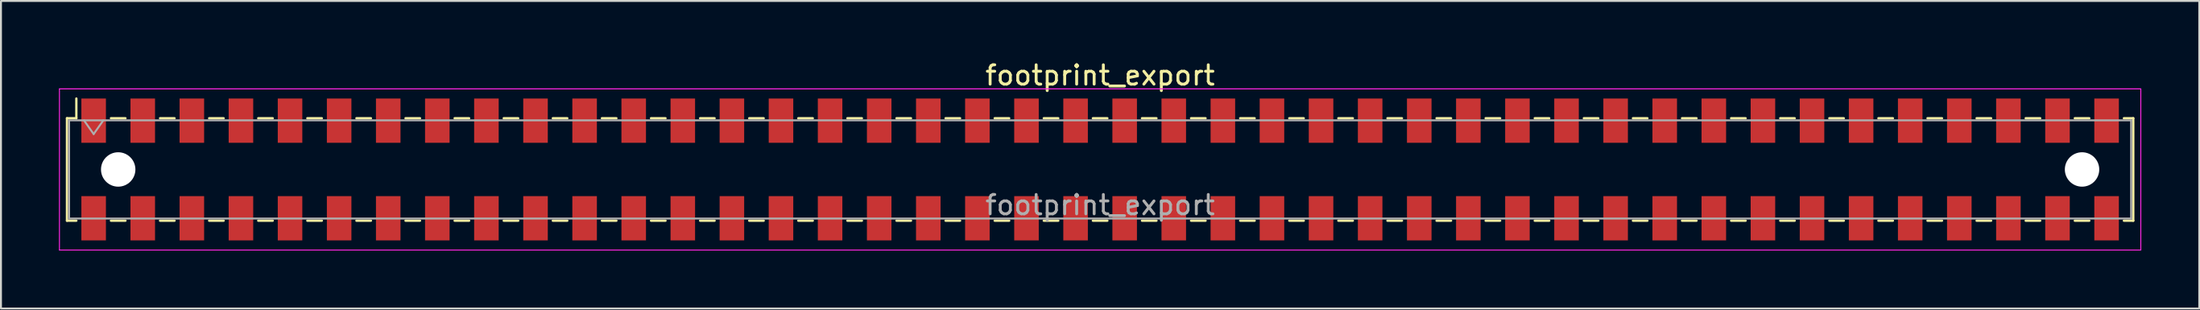
<source format=kicad_pcb>
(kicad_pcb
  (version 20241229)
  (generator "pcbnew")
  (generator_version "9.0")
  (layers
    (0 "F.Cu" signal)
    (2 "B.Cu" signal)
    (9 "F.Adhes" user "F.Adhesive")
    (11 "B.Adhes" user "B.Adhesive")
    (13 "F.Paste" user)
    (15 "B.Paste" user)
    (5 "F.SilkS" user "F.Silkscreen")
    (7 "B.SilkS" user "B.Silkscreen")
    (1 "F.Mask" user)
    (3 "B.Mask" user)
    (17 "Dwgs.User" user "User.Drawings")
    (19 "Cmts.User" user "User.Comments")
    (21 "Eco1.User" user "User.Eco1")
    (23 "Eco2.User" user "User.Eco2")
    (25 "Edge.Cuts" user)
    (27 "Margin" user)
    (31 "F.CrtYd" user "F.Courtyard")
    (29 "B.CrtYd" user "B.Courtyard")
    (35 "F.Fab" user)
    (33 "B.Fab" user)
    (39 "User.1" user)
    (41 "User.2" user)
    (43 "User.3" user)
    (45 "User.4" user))
  (footprint "footprint_export"
    (layer "F.Cu")
    (at 53.865 5.718)
    (property "Reference" "footprint_export" (at 0 -4.87 0) (layer "F.SilkS") (effects (font (size 1 1) (thickness 0.15))))
    (attr smd)
    (fp_line (start -53.45 -2.65) (end -53.45 2.65) (stroke (width 0.12) (type solid)) (layer "F.SilkS"))
    (fp_line (start -53.45 2.65) (end -52.965 2.65) (stroke (width 0.12) (type solid)) (layer "F.SilkS"))
    (fp_line (start -52.965 -3.67) (end -52.965 -2.65) (stroke (width 0.12) (type solid)) (layer "F.SilkS"))
    (fp_line (start -52.965 -2.65) (end -53.45 -2.65) (stroke (width 0.12) (type solid)) (layer "F.SilkS"))
    (fp_line (start -51.175 -2.65) (end -50.425 -2.65) (stroke (width 0.12) (type solid)) (layer "F.SilkS"))
    (fp_line (start -51.175 2.65) (end -50.425 2.65) (stroke (width 0.12) (type solid)) (layer "F.SilkS"))
    (fp_line (start -48.635 -2.65) (end -47.885 -2.65) (stroke (width 0.12) (type solid)) (layer "F.SilkS"))
    (fp_line (start -48.635 2.65) (end -47.885 2.65) (stroke (width 0.12) (type solid)) (layer "F.SilkS"))
    (fp_line (start -46.095 -2.65) (end -45.345 -2.65) (stroke (width 0.12) (type solid)) (layer "F.SilkS"))
    (fp_line (start -46.095 2.65) (end -45.345 2.65) (stroke (width 0.12) (type solid)) (layer "F.SilkS"))
    (fp_line (start -43.555 -2.65) (end -42.805 -2.65) (stroke (width 0.12) (type solid)) (layer "F.SilkS"))
    (fp_line (start -43.555 2.65) (end -42.805 2.65) (stroke (width 0.12) (type solid)) (layer "F.SilkS"))
    (fp_line (start -41.015 -2.65) (end -40.265 -2.65) (stroke (width 0.12) (type solid)) (layer "F.SilkS"))
    (fp_line (start -41.015 2.65) (end -40.265 2.65) (stroke (width 0.12) (type solid)) (layer "F.SilkS"))
    (fp_line (start -38.475 -2.65) (end -37.725 -2.65) (stroke (width 0.12) (type solid)) (layer "F.SilkS"))
    (fp_line (start -38.475 2.65) (end -37.725 2.65) (stroke (width 0.12) (type solid)) (layer "F.SilkS"))
    (fp_line (start -35.935 -2.65) (end -35.185 -2.65) (stroke (width 0.12) (type solid)) (layer "F.SilkS"))
    (fp_line (start -35.935 2.65) (end -35.185 2.65) (stroke (width 0.12) (type solid)) (layer "F.SilkS"))
    (fp_line (start -33.395 -2.65) (end -32.645 -2.65) (stroke (width 0.12) (type solid)) (layer "F.SilkS"))
    (fp_line (start -33.395 2.65) (end -32.645 2.65) (stroke (width 0.12) (type solid)) (layer "F.SilkS"))
    (fp_line (start -30.855 -2.65) (end -30.105 -2.65) (stroke (width 0.12) (type solid)) (layer "F.SilkS"))
    (fp_line (start -30.855 2.65) (end -30.105 2.65) (stroke (width 0.12) (type solid)) (layer "F.SilkS"))
    (fp_line (start -28.315 -2.65) (end -27.565 -2.65) (stroke (width 0.12) (type solid)) (layer "F.SilkS"))
    (fp_line (start -28.315 2.65) (end -27.565 2.65) (stroke (width 0.12) (type solid)) (layer "F.SilkS"))
    (fp_line (start -25.775 -2.65) (end -25.025 -2.65) (stroke (width 0.12) (type solid)) (layer "F.SilkS"))
    (fp_line (start -25.775 2.65) (end -25.025 2.65) (stroke (width 0.12) (type solid)) (layer "F.SilkS"))
    (fp_line (start -23.235 -2.65) (end -22.485 -2.65) (stroke (width 0.12) (type solid)) (layer "F.SilkS"))
    (fp_line (start -23.235 2.65) (end -22.485 2.65) (stroke (width 0.12) (type solid)) (layer "F.SilkS"))
    (fp_line (start -20.695 -2.65) (end -19.945 -2.65) (stroke (width 0.12) (type solid)) (layer "F.SilkS"))
    (fp_line (start -20.695 2.65) (end -19.945 2.65) (stroke (width 0.12) (type solid)) (layer "F.SilkS"))
    (fp_line (start -18.155 -2.65) (end -17.405 -2.65) (stroke (width 0.12) (type solid)) (layer "F.SilkS"))
    (fp_line (start -18.155 2.65) (end -17.405 2.65) (stroke (width 0.12) (type solid)) (layer "F.SilkS"))
    (fp_line (start -15.615 -2.65) (end -14.865 -2.65) (stroke (width 0.12) (type solid)) (layer "F.SilkS"))
    (fp_line (start -15.615 2.65) (end -14.865 2.65) (stroke (width 0.12) (type solid)) (layer "F.SilkS"))
    (fp_line (start -13.075 -2.65) (end -12.325 -2.65) (stroke (width 0.12) (type solid)) (layer "F.SilkS"))
    (fp_line (start -13.075 2.65) (end -12.325 2.65) (stroke (width 0.12) (type solid)) (layer "F.SilkS"))
    (fp_line (start -10.535 -2.65) (end -9.785 -2.65) (stroke (width 0.12) (type solid)) (layer "F.SilkS"))
    (fp_line (start -10.535 2.65) (end -9.785 2.65) (stroke (width 0.12) (type solid)) (layer "F.SilkS"))
    (fp_line (start -7.995 -2.65) (end -7.245 -2.65) (stroke (width 0.12) (type solid)) (layer "F.SilkS"))
    (fp_line (start -7.995 2.65) (end -7.245 2.65) (stroke (width 0.12) (type solid)) (layer "F.SilkS"))
    (fp_line (start -5.455 -2.65) (end -4.705 -2.65) (stroke (width 0.12) (type solid)) (layer "F.SilkS"))
    (fp_line (start -5.455 2.65) (end -4.705 2.65) (stroke (width 0.12) (type solid)) (layer "F.SilkS"))
    (fp_line (start -2.915 -2.65) (end -2.165 -2.65) (stroke (width 0.12) (type solid)) (layer "F.SilkS"))
    (fp_line (start -2.915 2.65) (end -2.165 2.65) (stroke (width 0.12) (type solid)) (layer "F.SilkS"))
    (fp_line (start -0.375 -2.65) (end 0.375 -2.65) (stroke (width 0.12) (type solid)) (layer "F.SilkS"))
    (fp_line (start -0.375 2.65) (end 0.375 2.65) (stroke (width 0.12) (type solid)) (layer "F.SilkS"))
    (fp_line (start 2.165 -2.65) (end 2.915 -2.65) (stroke (width 0.12) (type solid)) (layer "F.SilkS"))
    (fp_line (start 2.165 2.65) (end 2.915 2.65) (stroke (width 0.12) (type solid)) (layer "F.SilkS"))
    (fp_line (start 4.705 -2.65) (end 5.455 -2.65) (stroke (width 0.12) (type solid)) (layer "F.SilkS"))
    (fp_line (start 4.705 2.65) (end 5.455 2.65) (stroke (width 0.12) (type solid)) (layer "F.SilkS"))
    (fp_line (start 7.245 -2.65) (end 7.995 -2.65) (stroke (width 0.12) (type solid)) (layer "F.SilkS"))
    (fp_line (start 7.245 2.65) (end 7.995 2.65) (stroke (width 0.12) (type solid)) (layer "F.SilkS"))
    (fp_line (start 9.785 -2.65) (end 10.535 -2.65) (stroke (width 0.12) (type solid)) (layer "F.SilkS"))
    (fp_line (start 9.785 2.65) (end 10.535 2.65) (stroke (width 0.12) (type solid)) (layer "F.SilkS"))
    (fp_line (start 12.325 -2.65) (end 13.075 -2.65) (stroke (width 0.12) (type solid)) (layer "F.SilkS"))
    (fp_line (start 12.325 2.65) (end 13.075 2.65) (stroke (width 0.12) (type solid)) (layer "F.SilkS"))
    (fp_line (start 14.865 -2.65) (end 15.615 -2.65) (stroke (width 0.12) (type solid)) (layer "F.SilkS"))
    (fp_line (start 14.865 2.65) (end 15.615 2.65) (stroke (width 0.12) (type solid)) (layer "F.SilkS"))
    (fp_line (start 17.405 -2.65) (end 18.155 -2.65) (stroke (width 0.12) (type solid)) (layer "F.SilkS"))
    (fp_line (start 17.405 2.65) (end 18.155 2.65) (stroke (width 0.12) (type solid)) (layer "F.SilkS"))
    (fp_line (start 19.945 -2.65) (end 20.695 -2.65) (stroke (width 0.12) (type solid)) (layer "F.SilkS"))
    (fp_line (start 19.945 2.65) (end 20.695 2.65) (stroke (width 0.12) (type solid)) (layer "F.SilkS"))
    (fp_line (start 22.485 -2.65) (end 23.235 -2.65) (stroke (width 0.12) (type solid)) (layer "F.SilkS"))
    (fp_line (start 22.485 2.65) (end 23.235 2.65) (stroke (width 0.12) (type solid)) (layer "F.SilkS"))
    (fp_line (start 25.025 -2.65) (end 25.775 -2.65) (stroke (width 0.12) (type solid)) (layer "F.SilkS"))
    (fp_line (start 25.025 2.65) (end 25.775 2.65) (stroke (width 0.12) (type solid)) (layer "F.SilkS"))
    (fp_line (start 27.565 -2.65) (end 28.315 -2.65) (stroke (width 0.12) (type solid)) (layer "F.SilkS"))
    (fp_line (start 27.565 2.65) (end 28.315 2.65) (stroke (width 0.12) (type solid)) (layer "F.SilkS"))
    (fp_line (start 30.105 -2.65) (end 30.855 -2.65) (stroke (width 0.12) (type solid)) (layer "F.SilkS"))
    (fp_line (start 30.105 2.65) (end 30.855 2.65) (stroke (width 0.12) (type solid)) (layer "F.SilkS"))
    (fp_line (start 32.645 -2.65) (end 33.395 -2.65) (stroke (width 0.12) (type solid)) (layer "F.SilkS"))
    (fp_line (start 32.645 2.65) (end 33.395 2.65) (stroke (width 0.12) (type solid)) (layer "F.SilkS"))
    (fp_line (start 35.185 -2.65) (end 35.935 -2.65) (stroke (width 0.12) (type solid)) (layer "F.SilkS"))
    (fp_line (start 35.185 2.65) (end 35.935 2.65) (stroke (width 0.12) (type solid)) (layer "F.SilkS"))
    (fp_line (start 37.725 -2.65) (end 38.475 -2.65) (stroke (width 0.12) (type solid)) (layer "F.SilkS"))
    (fp_line (start 37.725 2.65) (end 38.475 2.65) (stroke (width 0.12) (type solid)) (layer "F.SilkS"))
    (fp_line (start 40.265 -2.65) (end 41.015 -2.65) (stroke (width 0.12) (type solid)) (layer "F.SilkS"))
    (fp_line (start 40.265 2.65) (end 41.015 2.65) (stroke (width 0.12) (type solid)) (layer "F.SilkS"))
    (fp_line (start 42.805 -2.65) (end 43.555 -2.65) (stroke (width 0.12) (type solid)) (layer "F.SilkS"))
    (fp_line (start 42.805 2.65) (end 43.555 2.65) (stroke (width 0.12) (type solid)) (layer "F.SilkS"))
    (fp_line (start 45.345 -2.65) (end 46.095 -2.65) (stroke (width 0.12) (type solid)) (layer "F.SilkS"))
    (fp_line (start 45.345 2.65) (end 46.095 2.65) (stroke (width 0.12) (type solid)) (layer "F.SilkS"))
    (fp_line (start 47.885 -2.65) (end 48.635 -2.65) (stroke (width 0.12) (type solid)) (layer "F.SilkS"))
    (fp_line (start 47.885 2.65) (end 48.635 2.65) (stroke (width 0.12) (type solid)) (layer "F.SilkS"))
    (fp_line (start 50.425 -2.65) (end 51.175 -2.65) (stroke (width 0.12) (type solid)) (layer "F.SilkS"))
    (fp_line (start 50.425 2.65) (end 51.175 2.65) (stroke (width 0.12) (type solid)) (layer "F.SilkS"))
    (fp_line (start 52.965 -2.65) (end 53.45 -2.65) (stroke (width 0.12) (type solid)) (layer "F.SilkS"))
    (fp_line (start 53.45 -2.65) (end 53.45 2.65) (stroke (width 0.12) (type solid)) (layer "F.SilkS"))
    (fp_line (start 53.45 2.65) (end 52.965 2.65) (stroke (width 0.12) (type solid)) (layer "F.SilkS"))
    (fp_line (start -53.84 -4.17) (end 53.84 -4.17) (stroke (width 0.05) (type solid)) (layer "F.CrtYd"))
    (fp_line (start -53.84 4.17) (end -53.84 -4.17) (stroke (width 0.05) (type solid)) (layer "F.CrtYd"))
    (fp_line (start 53.84 -4.17) (end 53.84 4.17) (stroke (width 0.05) (type solid)) (layer "F.CrtYd"))
    (fp_line (start 53.84 4.17) (end -53.84 4.17) (stroke (width 0.05) (type solid)) (layer "F.CrtYd"))
    (fp_line (start -53.34 -2.54) (end 53.34 -2.54) (stroke (width 0.1) (type solid)) (layer "F.Fab"))
    (fp_line (start -53.34 2.54) (end -53.34 -2.54) (stroke (width 0.1) (type solid)) (layer "F.Fab"))
    (fp_line (start -52.57 -2.54) (end -52.07 -1.833) (stroke (width 0.1) (type solid)) (layer "F.Fab"))
    (fp_line (start -52.07 -1.833) (end -51.57 -2.54) (stroke (width 0.1) (type solid)) (layer "F.Fab"))
    (fp_line (start 53.34 -2.54) (end 53.34 2.54) (stroke (width 0.1) (type solid)) (layer "F.Fab"))
    (fp_line (start 53.34 2.54) (end -53.34 2.54) (stroke (width 0.1) (type solid)) (layer "F.Fab"))
    (fp_text user "${REFERENCE}" (at 0 1.84 0) (layer "F.Fab") (effects (font (size 1 1) (thickness 0.15))))
    (pad "" np_thru_hole circle (at -50.8 0) (size 1.78 1.78) (drill 1.78) (layers "*.Cu" "*.Mask"))
    (pad "" np_thru_hole circle (at 50.8 0) (size 1.78 1.78) (drill 1.78) (layers "*.Cu" "*.Mask"))
    (pad "1" smd rect (at -52.07 -2.525) (size 1.27 2.29) (layers "F.Cu" "F.Mask" "F.Paste"))
    (pad "2" smd rect (at -52.07 2.525) (size 1.27 2.29) (layers "F.Cu" "F.Mask" "F.Paste"))
    (pad "3" smd rect (at -49.53 -2.525) (size 1.27 2.29) (layers "F.Cu" "F.Mask" "F.Paste"))
    (pad "4" smd rect (at -49.53 2.525) (size 1.27 2.29) (layers "F.Cu" "F.Mask" "F.Paste"))
    (pad "5" smd rect (at -46.99 -2.525) (size 1.27 2.29) (layers "F.Cu" "F.Mask" "F.Paste"))
    (pad "6" smd rect (at -46.99 2.525) (size 1.27 2.29) (layers "F.Cu" "F.Mask" "F.Paste"))
    (pad "7" smd rect (at -44.45 -2.525) (size 1.27 2.29) (layers "F.Cu" "F.Mask" "F.Paste"))
    (pad "8" smd rect (at -44.45 2.525) (size 1.27 2.29) (layers "F.Cu" "F.Mask" "F.Paste"))
    (pad "9" smd rect (at -41.91 -2.525) (size 1.27 2.29) (layers "F.Cu" "F.Mask" "F.Paste"))
    (pad "10" smd rect (at -41.91 2.525) (size 1.27 2.29) (layers "F.Cu" "F.Mask" "F.Paste"))
    (pad "11" smd rect (at -39.37 -2.525) (size 1.27 2.29) (layers "F.Cu" "F.Mask" "F.Paste"))
    (pad "12" smd rect (at -39.37 2.525) (size 1.27 2.29) (layers "F.Cu" "F.Mask" "F.Paste"))
    (pad "13" smd rect (at -36.83 -2.525) (size 1.27 2.29) (layers "F.Cu" "F.Mask" "F.Paste"))
    (pad "14" smd rect (at -36.83 2.525) (size 1.27 2.29) (layers "F.Cu" "F.Mask" "F.Paste"))
    (pad "15" smd rect (at -34.29 -2.525) (size 1.27 2.29) (layers "F.Cu" "F.Mask" "F.Paste"))
    (pad "16" smd rect (at -34.29 2.525) (size 1.27 2.29) (layers "F.Cu" "F.Mask" "F.Paste"))
    (pad "17" smd rect (at -31.75 -2.525) (size 1.27 2.29) (layers "F.Cu" "F.Mask" "F.Paste"))
    (pad "18" smd rect (at -31.75 2.525) (size 1.27 2.29) (layers "F.Cu" "F.Mask" "F.Paste"))
    (pad "19" smd rect (at -29.21 -2.525) (size 1.27 2.29) (layers "F.Cu" "F.Mask" "F.Paste"))
    (pad "20" smd rect (at -29.21 2.525) (size 1.27 2.29) (layers "F.Cu" "F.Mask" "F.Paste"))
    (pad "21" smd rect (at -26.67 -2.525) (size 1.27 2.29) (layers "F.Cu" "F.Mask" "F.Paste"))
    (pad "22" smd rect (at -26.67 2.525) (size 1.27 2.29) (layers "F.Cu" "F.Mask" "F.Paste"))
    (pad "23" smd rect (at -24.13 -2.525) (size 1.27 2.29) (layers "F.Cu" "F.Mask" "F.Paste"))
    (pad "24" smd rect (at -24.13 2.525) (size 1.27 2.29) (layers "F.Cu" "F.Mask" "F.Paste"))
    (pad "25" smd rect (at -21.59 -2.525) (size 1.27 2.29) (layers "F.Cu" "F.Mask" "F.Paste"))
    (pad "26" smd rect (at -21.59 2.525) (size 1.27 2.29) (layers "F.Cu" "F.Mask" "F.Paste"))
    (pad "27" smd rect (at -19.05 -2.525) (size 1.27 2.29) (layers "F.Cu" "F.Mask" "F.Paste"))
    (pad "28" smd rect (at -19.05 2.525) (size 1.27 2.29) (layers "F.Cu" "F.Mask" "F.Paste"))
    (pad "29" smd rect (at -16.51 -2.525) (size 1.27 2.29) (layers "F.Cu" "F.Mask" "F.Paste"))
    (pad "30" smd rect (at -16.51 2.525) (size 1.27 2.29) (layers "F.Cu" "F.Mask" "F.Paste"))
    (pad "31" smd rect (at -13.97 -2.525) (size 1.27 2.29) (layers "F.Cu" "F.Mask" "F.Paste"))
    (pad "32" smd rect (at -13.97 2.525) (size 1.27 2.29) (layers "F.Cu" "F.Mask" "F.Paste"))
    (pad "33" smd rect (at -11.43 -2.525) (size 1.27 2.29) (layers "F.Cu" "F.Mask" "F.Paste"))
    (pad "34" smd rect (at -11.43 2.525) (size 1.27 2.29) (layers "F.Cu" "F.Mask" "F.Paste"))
    (pad "35" smd rect (at -8.89 -2.525) (size 1.27 2.29) (layers "F.Cu" "F.Mask" "F.Paste"))
    (pad "36" smd rect (at -8.89 2.525) (size 1.27 2.29) (layers "F.Cu" "F.Mask" "F.Paste"))
    (pad "37" smd rect (at -6.35 -2.525) (size 1.27 2.29) (layers "F.Cu" "F.Mask" "F.Paste"))
    (pad "38" smd rect (at -6.35 2.525) (size 1.27 2.29) (layers "F.Cu" "F.Mask" "F.Paste"))
    (pad "39" smd rect (at -3.81 -2.525) (size 1.27 2.29) (layers "F.Cu" "F.Mask" "F.Paste"))
    (pad "40" smd rect (at -3.81 2.525) (size 1.27 2.29) (layers "F.Cu" "F.Mask" "F.Paste"))
    (pad "41" smd rect (at -1.27 -2.525) (size 1.27 2.29) (layers "F.Cu" "F.Mask" "F.Paste"))
    (pad "42" smd rect (at -1.27 2.525) (size 1.27 2.29) (layers "F.Cu" "F.Mask" "F.Paste"))
    (pad "43" smd rect (at 1.27 -2.525) (size 1.27 2.29) (layers "F.Cu" "F.Mask" "F.Paste"))
    (pad "44" smd rect (at 1.27 2.525) (size 1.27 2.29) (layers "F.Cu" "F.Mask" "F.Paste"))
    (pad "45" smd rect (at 3.81 -2.525) (size 1.27 2.29) (layers "F.Cu" "F.Mask" "F.Paste"))
    (pad "46" smd rect (at 3.81 2.525) (size 1.27 2.29) (layers "F.Cu" "F.Mask" "F.Paste"))
    (pad "47" smd rect (at 6.35 -2.525) (size 1.27 2.29) (layers "F.Cu" "F.Mask" "F.Paste"))
    (pad "48" smd rect (at 6.35 2.525) (size 1.27 2.29) (layers "F.Cu" "F.Mask" "F.Paste"))
    (pad "49" smd rect (at 8.89 -2.525) (size 1.27 2.29) (layers "F.Cu" "F.Mask" "F.Paste"))
    (pad "50" smd rect (at 8.89 2.525) (size 1.27 2.29) (layers "F.Cu" "F.Mask" "F.Paste"))
    (pad "51" smd rect (at 11.43 -2.525) (size 1.27 2.29) (layers "F.Cu" "F.Mask" "F.Paste"))
    (pad "52" smd rect (at 11.43 2.525) (size 1.27 2.29) (layers "F.Cu" "F.Mask" "F.Paste"))
    (pad "53" smd rect (at 13.97 -2.525) (size 1.27 2.29) (layers "F.Cu" "F.Mask" "F.Paste"))
    (pad "54" smd rect (at 13.97 2.525) (size 1.27 2.29) (layers "F.Cu" "F.Mask" "F.Paste"))
    (pad "55" smd rect (at 16.51 -2.525) (size 1.27 2.29) (layers "F.Cu" "F.Mask" "F.Paste"))
    (pad "56" smd rect (at 16.51 2.525) (size 1.27 2.29) (layers "F.Cu" "F.Mask" "F.Paste"))
    (pad "57" smd rect (at 19.05 -2.525) (size 1.27 2.29) (layers "F.Cu" "F.Mask" "F.Paste"))
    (pad "58" smd rect (at 19.05 2.525) (size 1.27 2.29) (layers "F.Cu" "F.Mask" "F.Paste"))
    (pad "59" smd rect (at 21.59 -2.525) (size 1.27 2.29) (layers "F.Cu" "F.Mask" "F.Paste"))
    (pad "60" smd rect (at 21.59 2.525) (size 1.27 2.29) (layers "F.Cu" "F.Mask" "F.Paste"))
    (pad "61" smd rect (at 24.13 -2.525) (size 1.27 2.29) (layers "F.Cu" "F.Mask" "F.Paste"))
    (pad "62" smd rect (at 24.13 2.525) (size 1.27 2.29) (layers "F.Cu" "F.Mask" "F.Paste"))
    (pad "63" smd rect (at 26.67 -2.525) (size 1.27 2.29) (layers "F.Cu" "F.Mask" "F.Paste"))
    (pad "64" smd rect (at 26.67 2.525) (size 1.27 2.29) (layers "F.Cu" "F.Mask" "F.Paste"))
    (pad "65" smd rect (at 29.21 -2.525) (size 1.27 2.29) (layers "F.Cu" "F.Mask" "F.Paste"))
    (pad "66" smd rect (at 29.21 2.525) (size 1.27 2.29) (layers "F.Cu" "F.Mask" "F.Paste"))
    (pad "67" smd rect (at 31.75 -2.525) (size 1.27 2.29) (layers "F.Cu" "F.Mask" "F.Paste"))
    (pad "68" smd rect (at 31.75 2.525) (size 1.27 2.29) (layers "F.Cu" "F.Mask" "F.Paste"))
    (pad "69" smd rect (at 34.29 -2.525) (size 1.27 2.29) (layers "F.Cu" "F.Mask" "F.Paste"))
    (pad "70" smd rect (at 34.29 2.525) (size 1.27 2.29) (layers "F.Cu" "F.Mask" "F.Paste"))
    (pad "71" smd rect (at 36.83 -2.525) (size 1.27 2.29) (layers "F.Cu" "F.Mask" "F.Paste"))
    (pad "72" smd rect (at 36.83 2.525) (size 1.27 2.29) (layers "F.Cu" "F.Mask" "F.Paste"))
    (pad "73" smd rect (at 39.37 -2.525) (size 1.27 2.29) (layers "F.Cu" "F.Mask" "F.Paste"))
    (pad "74" smd rect (at 39.37 2.525) (size 1.27 2.29) (layers "F.Cu" "F.Mask" "F.Paste"))
    (pad "75" smd rect (at 41.91 -2.525) (size 1.27 2.29) (layers "F.Cu" "F.Mask" "F.Paste"))
    (pad "76" smd rect (at 41.91 2.525) (size 1.27 2.29) (layers "F.Cu" "F.Mask" "F.Paste"))
    (pad "77" smd rect (at 44.45 -2.525) (size 1.27 2.29) (layers "F.Cu" "F.Mask" "F.Paste"))
    (pad "78" smd rect (at 44.45 2.525) (size 1.27 2.29) (layers "F.Cu" "F.Mask" "F.Paste"))
    (pad "79" smd rect (at 46.99 -2.525) (size 1.27 2.29) (layers "F.Cu" "F.Mask" "F.Paste"))
    (pad "80" smd rect (at 46.99 2.525) (size 1.27 2.29) (layers "F.Cu" "F.Mask" "F.Paste"))
    (pad "81" smd rect (at 49.53 -2.525) (size 1.27 2.29) (layers "F.Cu" "F.Mask" "F.Paste"))
    (pad "82" smd rect (at 49.53 2.525) (size 1.27 2.29) (layers "F.Cu" "F.Mask" "F.Paste"))
    (pad "83" smd rect (at 52.07 -2.525) (size 1.27 2.29) (layers "F.Cu" "F.Mask" "F.Paste"))
    (pad "84" smd rect (at 52.07 2.525) (size 1.27 2.29) (layers "F.Cu" "F.Mask" "F.Paste")))
  (gr_rect
    (start -3 -3)
    (end 110.73 12.913)
    (stroke (width 0.1) (type default))
    (fill no)
    (layer "Edge.Cuts")))
</source>
